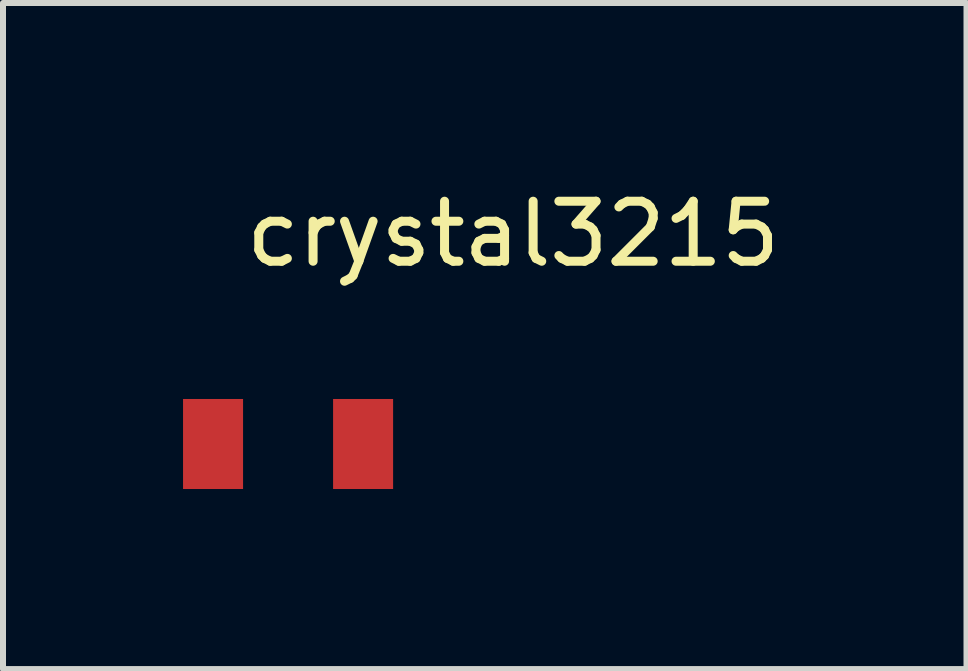
<source format=kicad_pcb>
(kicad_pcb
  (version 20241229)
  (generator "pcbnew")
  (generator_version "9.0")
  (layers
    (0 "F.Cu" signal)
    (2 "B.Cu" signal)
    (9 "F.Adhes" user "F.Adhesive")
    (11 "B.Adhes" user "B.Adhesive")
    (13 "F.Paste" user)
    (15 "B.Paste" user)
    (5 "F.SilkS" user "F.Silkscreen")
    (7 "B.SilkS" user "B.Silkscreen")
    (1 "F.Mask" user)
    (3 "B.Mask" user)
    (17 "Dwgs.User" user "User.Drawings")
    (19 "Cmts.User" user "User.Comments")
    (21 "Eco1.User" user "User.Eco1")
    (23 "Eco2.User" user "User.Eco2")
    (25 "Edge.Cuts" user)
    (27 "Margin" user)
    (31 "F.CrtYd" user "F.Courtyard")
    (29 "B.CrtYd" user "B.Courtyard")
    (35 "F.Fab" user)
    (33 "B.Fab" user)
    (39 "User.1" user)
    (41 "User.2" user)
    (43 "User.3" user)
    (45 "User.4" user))
  (footprint "crystal3215"
    (layer "F.Cu")
    (at 5.5 0.348)
    (property "Reference" "crystal3215" (at 0 0.5 0) (layer "F.SilkS") (effects (font (size 1 1) (thickness 0.15))))
    (attr through_hole)
    (pad "1" smd rect (at -5 4) (size 1 1.5) (layers "F.Cu" "F.Mask" "F.Paste"))
    (pad "2" smd rect (at -2.5 4) (size 1 1.5) (layers "F.Cu" "F.Mask" "F.Paste")))
  (gr_rect
    (start -3 -3)
    (end 13.054 8.098)
    (stroke (width 0.1) (type default))
    (fill no)
    (layer "Edge.Cuts")))
</source>
